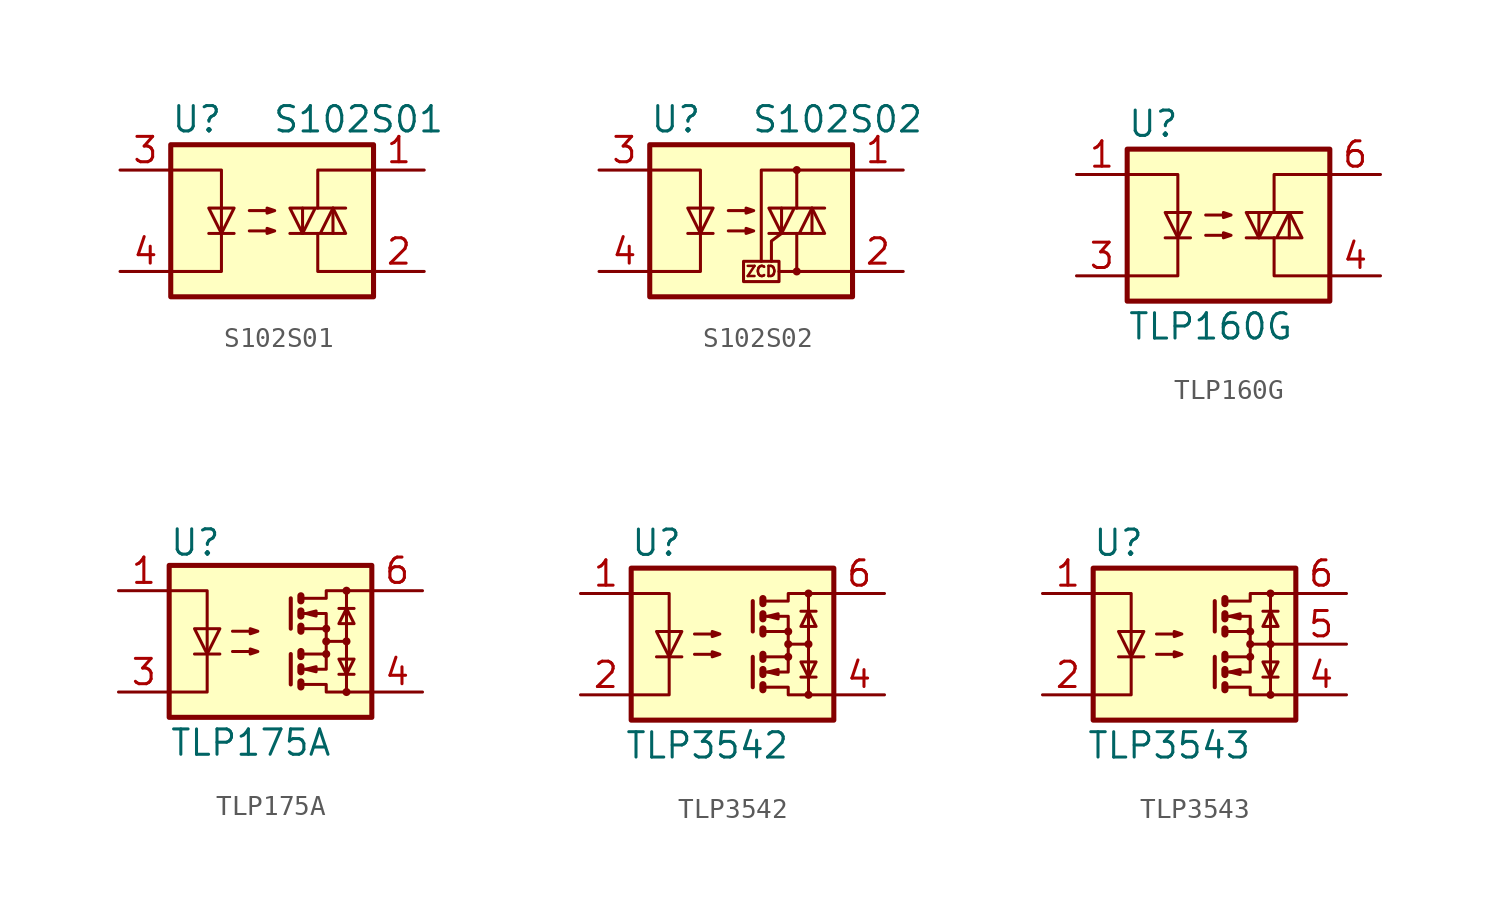
<source format=kicad_sym>
(kicad_symbol_lib
  (version 20201005)
  (generator kicad_symbol_editor)
  (symbol "Relay_SolidState:S102S01"
    (property "Reference" "U"
      (at -5.08 5.08 0)
      (effects (font (size 1.27 1.27)) (justify left)))
    (property "Value" "S102S01"
      (at 0 5.08 0)
      (effects (font (size 1.27 1.27)) (justify left)))
    (symbol "S102S01_0_1"
      (rectangle (start -5.08 3.81) (end 5.08 -3.81) (stroke (width 0.254)) (fill (type background)))
      (polyline (pts (xy -3.175 -0.635) (xy -1.905 -0.635)) (stroke (width 0)) (fill (type none)))
      (polyline (pts (xy 1.524 -0.635) (xy 1.524 0.635)) (stroke (width 0)) (fill (type none)))
      (polyline (pts (xy 3.048 0.635) (xy 3.048 -0.635)) (stroke (width 0)) (fill (type none)))
      (polyline (pts (xy 2.286 -0.635) (xy 2.286 -2.54) (xy 5.08 -2.54)) (stroke (width 0)) (fill (type none)))
      (polyline (pts (xy 2.286 0.635) (xy 2.286 2.54) (xy 5.08 2.54)) (stroke (width 0)) (fill (type none)))
      (polyline (pts (xy -5.08 2.54) (xy -2.54 2.54) (xy -2.54 -2.54) (xy -5.08 -2.54)) (stroke (width 0)) (fill (type none)))
      (polyline (pts (xy -2.54 -0.635) (xy -3.175 0.635) (xy -1.905 0.635) (xy -2.54 -0.635)) (stroke (width 0)) (fill (type none)))
      (polyline (pts (xy 0.889 -0.635) (xy 3.683 -0.635) (xy 3.048 0.635) (xy 2.413 -0.635)) (stroke (width 0)) (fill (type none)))
      (polyline (pts (xy 3.683 0.635) (xy 0.889 0.635) (xy 1.524 -0.635) (xy 2.159 0.635)) (stroke (width 0)) (fill (type none)))
      (polyline (pts (xy -1.143 -0.508) (xy 0.127 -0.508) (xy -0.254 -0.635) (xy -0.254 -0.381) (xy 0.127 -0.508)) (stroke (width 0)) (fill (type none)))
      (polyline (pts (xy -1.143 0.508) (xy 0.127 0.508) (xy -0.254 0.381) (xy -0.254 0.635) (xy 0.127 0.508)) (stroke (width 0)) (fill (type none))))
    (symbol "S102S01_1_1"
      (pin passive line (at 7.62 2.54 180) (length 2.54) (name "~" (effects (font (size 1.27 1.27)))) (number "1" (effects (font (size 1.27 1.27)))))
      (pin passive line (at 7.62 -2.54 180) (length 2.54) (name "~" (effects (font (size 1.27 1.27)))) (number "2" (effects (font (size 1.27 1.27)))))
      (pin passive line (at -7.62 2.54 0) (length 2.54) (name "~" (effects (font (size 1.27 1.27)))) (number "3" (effects (font (size 1.27 1.27)))))
      (pin passive line (at -7.62 -2.54 0) (length 2.54) (name "~" (effects (font (size 1.27 1.27)))) (number "4" (effects (font (size 1.27 1.27)))))))
  (symbol "Relay_SolidState:S102S02"
    (property "Reference" "U"
      (at -5.08 5.08 0)
      (effects (font (size 1.27 1.27)) (justify left)))
    (property "Value" "S102S02"
      (at 0 5.08 0)
      (effects (font (size 1.27 1.27)) (justify left)))
    (symbol "S102S02_0_0"
      (text "ZCD" (at 0.508 -2.54 0) (effects (font (size 0.508 0.508))))
      (rectangle (start -0.381 -2.032) (end 1.397 -3.048) (stroke (width 0)) (fill (type none)))
      (polyline (pts (xy 2.286 -2.54) (xy 1.397 -2.54)) (stroke (width 0)) (fill (type none)))
      (polyline (pts (xy 1.524 -0.635) (xy 1.016 -1.016) (xy 1.016 -2.032)) (stroke (width 0)) (fill (type none))))
    (symbol "S102S02_0_1"
      (circle (center 2.286 -2.54) (radius 0.127) (stroke (width 0)) (fill (type none)))
      (circle (center 2.286 2.54) (radius 0.127) (stroke (width 0)) (fill (type none)))
      (rectangle (start -5.08 3.81) (end 5.08 -3.81) (stroke (width 0.254)) (fill (type background)))
      (polyline (pts (xy -3.175 -0.635) (xy -1.905 -0.635)) (stroke (width 0)) (fill (type none)))
      (polyline (pts (xy 1.524 -0.635) (xy 1.524 0.635)) (stroke (width 0)) (fill (type none)))
      (polyline (pts (xy 3.048 0.635) (xy 3.048 -0.635)) (stroke (width 0)) (fill (type none)))
      (polyline (pts (xy 2.286 -0.635) (xy 2.286 -2.54) (xy 5.08 -2.54)) (stroke (width 0)) (fill (type none)))
      (polyline (pts (xy 2.286 0.635) (xy 2.286 2.54) (xy 5.08 2.54)) (stroke (width 0)) (fill (type none)))
      (polyline (pts (xy 2.286 2.54) (xy 0.508 2.54) (xy 0.508 -2.032)) (stroke (width 0)) (fill (type none)))
      (polyline (pts (xy -5.08 2.54) (xy -2.54 2.54) (xy -2.54 -2.54) (xy -5.08 -2.54)) (stroke (width 0)) (fill (type none)))
      (polyline (pts (xy -2.54 -0.635) (xy -3.175 0.635) (xy -1.905 0.635) (xy -2.54 -0.635)) (stroke (width 0)) (fill (type none)))
      (polyline (pts (xy 0.889 -0.635) (xy 3.683 -0.635) (xy 3.048 0.635) (xy 2.413 -0.635)) (stroke (width 0)) (fill (type none)))
      (polyline (pts (xy 3.683 0.635) (xy 0.889 0.635) (xy 1.524 -0.635) (xy 2.159 0.635)) (stroke (width 0)) (fill (type none)))
      (polyline (pts (xy -1.143 -0.508) (xy 0.127 -0.508) (xy -0.254 -0.635) (xy -0.254 -0.381) (xy 0.127 -0.508)) (stroke (width 0)) (fill (type none)))
      (polyline (pts (xy -1.143 0.508) (xy 0.127 0.508) (xy -0.254 0.381) (xy -0.254 0.635) (xy 0.127 0.508)) (stroke (width 0)) (fill (type none))))
    (symbol "S102S02_1_1"
      (pin passive line (at 7.62 2.54 180) (length 2.54) (name "~" (effects (font (size 1.27 1.27)))) (number "1" (effects (font (size 1.27 1.27)))))
      (pin passive line (at 7.62 -2.54 180) (length 2.54) (name "~" (effects (font (size 1.27 1.27)))) (number "2" (effects (font (size 1.27 1.27)))))
      (pin passive line (at -7.62 2.54 0) (length 2.54) (name "~" (effects (font (size 1.27 1.27)))) (number "3" (effects (font (size 1.27 1.27)))))
      (pin passive line (at -7.62 -2.54 0) (length 2.54) (name "~" (effects (font (size 1.27 1.27)))) (number "4" (effects (font (size 1.27 1.27)))))))
  (symbol "Relay_SolidState:TLP160G"
    (property "Reference" "U"
      (at -5.08 5.08 0)
      (effects (font (size 1.27 1.27)) (justify left)))
    (property "Value" "TLP160G"
      (at -5.08 -5.08 0)
      (effects (font (size 1.27 1.27)) (justify left)))
    (symbol "TLP160G_0_1"
      (rectangle (start -5.08 3.81) (end 5.08 -3.81) (stroke (width 0.254)) (fill (type background)))
      (polyline (pts (xy -3.175 -0.635) (xy -1.905 -0.635)) (stroke (width 0)) (fill (type none)))
      (polyline (pts (xy 1.524 -0.635) (xy 1.524 0.635)) (stroke (width 0)) (fill (type none)))
      (polyline (pts (xy 3.048 0.635) (xy 3.048 -0.635)) (stroke (width 0)) (fill (type none)))
      (polyline (pts (xy 2.286 -0.635) (xy 2.286 -2.54) (xy 5.08 -2.54)) (stroke (width 0)) (fill (type none)))
      (polyline (pts (xy 2.286 0.635) (xy 2.286 2.54) (xy 5.08 2.54)) (stroke (width 0)) (fill (type none)))
      (polyline (pts (xy -5.08 2.54) (xy -2.54 2.54) (xy -2.54 -2.54) (xy -5.08 -2.54)) (stroke (width 0)) (fill (type none)))
      (polyline (pts (xy -2.54 -0.635) (xy -3.175 0.635) (xy -1.905 0.635) (xy -2.54 -0.635)) (stroke (width 0)) (fill (type none)))
      (polyline (pts (xy 0.889 -0.635) (xy 3.683 -0.635) (xy 3.048 0.635) (xy 2.413 -0.635)) (stroke (width 0)) (fill (type none)))
      (polyline (pts (xy 3.683 0.635) (xy 0.889 0.635) (xy 1.524 -0.635) (xy 2.159 0.635)) (stroke (width 0)) (fill (type none)))
      (polyline (pts (xy -1.143 -0.508) (xy 0.127 -0.508) (xy -0.254 -0.635) (xy -0.254 -0.381) (xy 0.127 -0.508)) (stroke (width 0)) (fill (type none)))
      (polyline (pts (xy -1.143 0.508) (xy 0.127 0.508) (xy -0.254 0.381) (xy -0.254 0.635) (xy 0.127 0.508)) (stroke (width 0)) (fill (type none))))
    (symbol "TLP160G_1_1"
      (pin passive line (at -7.62 2.54 0) (length 2.54) (name "~" (effects (font (size 1.27 1.27)))) (number "1" (effects (font (size 1.27 1.27)))))
      (pin passive line (at -7.62 -2.54 0) (length 2.54) (name "~" (effects (font (size 1.27 1.27)))) (number "3" (effects (font (size 1.27 1.27)))))
      (pin passive line (at 7.62 -2.54 180) (length 2.54) (name "~" (effects (font (size 1.27 1.27)))) (number "4" (effects (font (size 1.27 1.27)))))
      (pin passive line (at 7.62 2.54 180) (length 2.54) (name "~" (effects (font (size 1.27 1.27)))) (number "6" (effects (font (size 1.27 1.27)))))))
  (symbol "Relay_SolidState:TLP175A"
    (property "Reference" "U"
      (at -5.08 4.953 0)
      (effects (font (size 1.27 1.27)) (justify left)))
    (property "Value" "TLP175A"
      (at -5.08 -5.08 0)
      (effects (font (size 1.27 1.27)) (justify left)))
    (symbol "TLP175A_0_1"
      (circle (center 2.794 -0.635) (radius 0.127) (stroke (width 0)) (fill (type none)))
      (circle (center 2.794 0) (radius 0.127) (stroke (width 0)) (fill (type none)))
      (circle (center 2.794 0.635) (radius 0.127) (stroke (width 0)) (fill (type none)))
      (circle (center 3.81 -2.54) (radius 0.127) (stroke (width 0)) (fill (type none)))
      (circle (center 3.81 0) (radius 0.127) (stroke (width 0)) (fill (type none)))
      (circle (center 3.81 2.54) (radius 0.127) (stroke (width 0)) (fill (type none)))
      (rectangle (start -5.08 3.81) (end 5.08 -3.81) (stroke (width 0.254)) (fill (type background)))
      (polyline (pts (xy -3.81 -0.635) (xy -2.54 -0.635)) (stroke (width 0)) (fill (type none)))
      (polyline (pts (xy 1.016 -0.635) (xy 1.016 -2.159)) (stroke (width 0.203)) (fill (type none)))
      (polyline (pts (xy 1.016 2.159) (xy 1.016 0.635)) (stroke (width 0.203)) (fill (type none)))
      (polyline (pts (xy 1.524 -0.508) (xy 1.524 -0.762)) (stroke (width 0.356)) (fill (type none)))
      (polyline (pts (xy 2.794 0) (xy 3.81 0)) (stroke (width 0)) (fill (type none)))
      (polyline (pts (xy 3.429 -1.651) (xy 4.191 -1.651)) (stroke (width 0)) (fill (type none)))
      (polyline (pts (xy 3.429 1.651) (xy 4.191 1.651)) (stroke (width 0)) (fill (type none)))
      (polyline (pts (xy 3.81 -2.54) (xy 3.81 2.54)) (stroke (width 0)) (fill (type none)))
      (polyline (pts (xy 1.524 -2.032) (xy 1.524 -2.286) (xy 1.524 -2.286)) (stroke (width 0.356)) (fill (type none)))
      (polyline (pts (xy 1.524 -1.27) (xy 1.524 -1.524) (xy 1.524 -1.524)) (stroke (width 0.356)) (fill (type none)))
      (polyline (pts (xy 1.524 0.762) (xy 1.524 0.508) (xy 1.524 0.508)) (stroke (width 0.356)) (fill (type none)))
      (polyline (pts (xy 1.524 1.524) (xy 1.524 1.27) (xy 1.524 1.27)) (stroke (width 0.356)) (fill (type none)))
      (polyline (pts (xy 1.524 2.286) (xy 1.524 2.032) (xy 1.524 2.032)) (stroke (width 0.356)) (fill (type none)))
      (polyline (pts (xy 1.651 -1.397) (xy 2.794 -1.397) (xy 2.794 -0.635)) (stroke (width 0)) (fill (type none)))
      (polyline (pts (xy 1.651 1.397) (xy 2.794 1.397) (xy 2.794 0.635)) (stroke (width 0)) (fill (type none)))
      (polyline (pts (xy -5.08 2.54) (xy -3.175 2.54) (xy -3.175 -2.54) (xy -5.08 -2.54)) (stroke (width 0)) (fill (type none)))
      (polyline (pts (xy -3.175 -0.635) (xy -3.81 0.635) (xy -2.54 0.635) (xy -3.175 -0.635)) (stroke (width 0)) (fill (type none)))
      (polyline (pts (xy 1.651 -2.159) (xy 2.794 -2.159) (xy 2.794 -2.54) (xy 5.08 -2.54)) (stroke (width 0)) (fill (type none)))
      (polyline (pts (xy 1.651 -0.635) (xy 2.794 -0.635) (xy 2.794 0.635) (xy 1.651 0.635)) (stroke (width 0)) (fill (type none)))
      (polyline (pts (xy 1.651 2.159) (xy 2.794 2.159) (xy 2.794 2.54) (xy 5.08 2.54)) (stroke (width 0)) (fill (type none)))
      (polyline (pts (xy 1.778 -1.397) (xy 2.286 -1.27) (xy 2.286 -1.524) (xy 1.778 -1.397)) (stroke (width 0)) (fill (type none)))
      (polyline (pts (xy 1.778 1.397) (xy 2.286 1.524) (xy 2.286 1.27) (xy 1.778 1.397)) (stroke (width 0)) (fill (type none)))
      (polyline (pts (xy 3.81 -1.651) (xy 3.429 -0.889) (xy 4.191 -0.889) (xy 3.81 -1.651)) (stroke (width 0)) (fill (type none)))
      (polyline (pts (xy 3.81 1.651) (xy 3.429 0.889) (xy 4.191 0.889) (xy 3.81 1.651)) (stroke (width 0)) (fill (type none)))
      (polyline (pts (xy -1.905 -0.508) (xy -0.635 -0.508) (xy -1.016 -0.635) (xy -1.016 -0.381) (xy -0.635 -0.508)) (stroke (width 0)) (fill (type none)))
      (polyline (pts (xy -1.905 0.508) (xy -0.635 0.508) (xy -1.016 0.381) (xy -1.016 0.635) (xy -0.635 0.508)) (stroke (width 0)) (fill (type none))))
    (symbol "TLP175A_1_1"
      (pin passive line (at -7.62 2.54 0) (length 2.54) (name "~" (effects (font (size 1.27 1.27)))) (number "1" (effects (font (size 1.27 1.27)))))
      (pin passive line (at -7.62 -2.54 0) (length 2.54) (name "~" (effects (font (size 1.27 1.27)))) (number "3" (effects (font (size 1.27 1.27)))))
      (pin passive line (at 7.62 -2.54 180) (length 2.54) (name "~" (effects (font (size 1.27 1.27)))) (number "4" (effects (font (size 1.27 1.27)))))
      (pin passive line (at 7.62 2.54 180) (length 2.54) (name "~" (effects (font (size 1.27 1.27)))) (number "6" (effects (font (size 1.27 1.27)))))))
  (symbol "Relay_SolidState:TLP3542"
    (property "Reference" "U"
      (at -3.81 5.08 0)
      (effects (font (size 1.27 1.27))))
    (property "Value" "TLP3542"
      (at -1.27 -5.08 0)
      (effects (font (size 1.27 1.27))))
    (symbol "TLP3542_0_1"
      (circle (center 2.794 -0.635) (radius 0.127) (stroke (width 0)) (fill (type none)))
      (circle (center 2.794 0) (radius 0.127) (stroke (width 0)) (fill (type none)))
      (circle (center 2.794 0.635) (radius 0.127) (stroke (width 0)) (fill (type none)))
      (circle (center 3.81 -2.54) (radius 0.127) (stroke (width 0)) (fill (type none)))
      (circle (center 3.81 0) (radius 0.127) (stroke (width 0)) (fill (type none)))
      (circle (center 3.81 2.54) (radius 0.127) (stroke (width 0)) (fill (type none)))
      (rectangle (start -5.08 3.81) (end 5.08 -3.81) (stroke (width 0.254)) (fill (type background)))
      (polyline (pts (xy -3.81 -0.635) (xy -2.54 -0.635)) (stroke (width 0)) (fill (type none)))
      (polyline (pts (xy 1.016 -0.635) (xy 1.016 -2.159)) (stroke (width 0.203)) (fill (type none)))
      (polyline (pts (xy 1.016 2.159) (xy 1.016 0.635)) (stroke (width 0.203)) (fill (type none)))
      (polyline (pts (xy 1.524 -0.508) (xy 1.524 -0.762)) (stroke (width 0.356)) (fill (type none)))
      (polyline (pts (xy 2.794 0) (xy 3.81 0)) (stroke (width 0)) (fill (type none)))
      (polyline (pts (xy 3.429 -1.651) (xy 4.191 -1.651)) (stroke (width 0)) (fill (type none)))
      (polyline (pts (xy 3.429 1.651) (xy 4.191 1.651)) (stroke (width 0)) (fill (type none)))
      (polyline (pts (xy 3.81 -2.54) (xy 3.81 2.54)) (stroke (width 0)) (fill (type none)))
      (polyline (pts (xy 1.524 -2.032) (xy 1.524 -2.286) (xy 1.524 -2.286)) (stroke (width 0.356)) (fill (type none)))
      (polyline (pts (xy 1.524 -1.27) (xy 1.524 -1.524) (xy 1.524 -1.524)) (stroke (width 0.356)) (fill (type none)))
      (polyline (pts (xy 1.524 0.762) (xy 1.524 0.508) (xy 1.524 0.508)) (stroke (width 0.356)) (fill (type none)))
      (polyline (pts (xy 1.524 1.524) (xy 1.524 1.27) (xy 1.524 1.27)) (stroke (width 0.356)) (fill (type none)))
      (polyline (pts (xy 1.524 2.286) (xy 1.524 2.032) (xy 1.524 2.032)) (stroke (width 0.356)) (fill (type none)))
      (polyline (pts (xy 1.651 -1.397) (xy 2.794 -1.397) (xy 2.794 -0.635)) (stroke (width 0)) (fill (type none)))
      (polyline (pts (xy 1.651 1.397) (xy 2.794 1.397) (xy 2.794 0.635)) (stroke (width 0)) (fill (type none)))
      (polyline (pts (xy -5.08 2.54) (xy -3.175 2.54) (xy -3.175 -2.54) (xy -5.08 -2.54)) (stroke (width 0)) (fill (type none)))
      (polyline (pts (xy -3.175 -0.635) (xy -3.81 0.635) (xy -2.54 0.635) (xy -3.175 -0.635)) (stroke (width 0)) (fill (type none)))
      (polyline (pts (xy 1.651 -2.159) (xy 2.794 -2.159) (xy 2.794 -2.54) (xy 5.08 -2.54)) (stroke (width 0)) (fill (type none)))
      (polyline (pts (xy 1.651 -0.635) (xy 2.794 -0.635) (xy 2.794 0.635) (xy 1.651 0.635)) (stroke (width 0)) (fill (type none)))
      (polyline (pts (xy 1.651 2.159) (xy 2.794 2.159) (xy 2.794 2.54) (xy 5.08 2.54)) (stroke (width 0)) (fill (type none)))
      (polyline (pts (xy 1.778 -1.397) (xy 2.286 -1.27) (xy 2.286 -1.524) (xy 1.778 -1.397)) (stroke (width 0)) (fill (type none)))
      (polyline (pts (xy 1.778 1.397) (xy 2.286 1.524) (xy 2.286 1.27) (xy 1.778 1.397)) (stroke (width 0)) (fill (type none)))
      (polyline (pts (xy 3.81 -1.651) (xy 3.429 -0.889) (xy 4.191 -0.889) (xy 3.81 -1.651)) (stroke (width 0)) (fill (type none)))
      (polyline (pts (xy 3.81 1.651) (xy 3.429 0.889) (xy 4.191 0.889) (xy 3.81 1.651)) (stroke (width 0)) (fill (type none)))
      (polyline (pts (xy -1.905 -0.508) (xy -0.635 -0.508) (xy -1.016 -0.635) (xy -1.016 -0.381) (xy -0.635 -0.508)) (stroke (width 0)) (fill (type none)))
      (polyline (pts (xy -1.905 0.508) (xy -0.635 0.508) (xy -1.016 0.381) (xy -1.016 0.635) (xy -0.635 0.508)) (stroke (width 0)) (fill (type none))))
    (symbol "TLP3542_1_1"
      (pin passive line (at -7.62 2.54 0) (length 2.54) (name "~" (effects (font (size 1.27 1.27)))) (number "1" (effects (font (size 1.27 1.27)))))
      (pin passive line (at -7.62 -2.54 0) (length 2.54) (name "~" (effects (font (size 1.27 1.27)))) (number "2" (effects (font (size 1.27 1.27)))))
      (pin no_connect line (at -5.08 0 0) (length 2.54) hide (name "~" (effects (font (size 1.27 1.27)))) (number "3" (effects (font (size 1.27 1.27)))))
      (pin passive line (at 7.62 -2.54 180) (length 2.54) (name "~" (effects (font (size 1.27 1.27)))) (number "4" (effects (font (size 1.27 1.27)))))
      (pin passive line (at 7.62 2.54 180) (length 2.54) (name "~" (effects (font (size 1.27 1.27)))) (number "6" (effects (font (size 1.27 1.27)))))))
  (symbol "Relay_SolidState:TLP3543"
    (property "Reference" "U"
      (at -3.81 5.08 0)
      (effects (font (size 1.27 1.27))))
    (property "Value" "TLP3543"
      (at -1.27 -5.08 0)
      (effects (font (size 1.27 1.27))))
    (symbol "TLP3543_0_1"
      (circle (center 2.794 -0.635) (radius 0.127) (stroke (width 0)) (fill (type none)))
      (circle (center 2.794 0) (radius 0.127) (stroke (width 0)) (fill (type none)))
      (circle (center 2.794 0.635) (radius 0.127) (stroke (width 0)) (fill (type none)))
      (circle (center 3.81 -2.54) (radius 0.127) (stroke (width 0)) (fill (type none)))
      (circle (center 3.81 0) (radius 0.127) (stroke (width 0)) (fill (type none)))
      (circle (center 3.81 2.54) (radius 0.127) (stroke (width 0)) (fill (type none)))
      (rectangle (start -5.08 3.81) (end 5.08 -3.81) (stroke (width 0.254)) (fill (type background)))
      (polyline (pts (xy -3.81 -0.635) (xy -2.54 -0.635)) (stroke (width 0)) (fill (type none)))
      (polyline (pts (xy 1.016 -0.635) (xy 1.016 -2.159)) (stroke (width 0.203)) (fill (type none)))
      (polyline (pts (xy 1.016 2.159) (xy 1.016 0.635)) (stroke (width 0.203)) (fill (type none)))
      (polyline (pts (xy 1.524 -0.508) (xy 1.524 -0.762)) (stroke (width 0.356)) (fill (type none)))
      (polyline (pts (xy 2.794 0) (xy 5.08 0)) (stroke (width 0)) (fill (type none)))
      (polyline (pts (xy 3.429 -1.651) (xy 4.191 -1.651)) (stroke (width 0)) (fill (type none)))
      (polyline (pts (xy 3.429 1.651) (xy 4.191 1.651)) (stroke (width 0)) (fill (type none)))
      (polyline (pts (xy 3.81 -2.54) (xy 3.81 2.54)) (stroke (width 0)) (fill (type none)))
      (polyline (pts (xy 1.524 -2.032) (xy 1.524 -2.286) (xy 1.524 -2.286)) (stroke (width 0.356)) (fill (type none)))
      (polyline (pts (xy 1.524 -1.27) (xy 1.524 -1.524) (xy 1.524 -1.524)) (stroke (width 0.356)) (fill (type none)))
      (polyline (pts (xy 1.524 0.762) (xy 1.524 0.508) (xy 1.524 0.508)) (stroke (width 0.356)) (fill (type none)))
      (polyline (pts (xy 1.524 1.524) (xy 1.524 1.27) (xy 1.524 1.27)) (stroke (width 0.356)) (fill (type none)))
      (polyline (pts (xy 1.524 2.286) (xy 1.524 2.032) (xy 1.524 2.032)) (stroke (width 0.356)) (fill (type none)))
      (polyline (pts (xy 1.651 -1.397) (xy 2.794 -1.397) (xy 2.794 -0.635)) (stroke (width 0)) (fill (type none)))
      (polyline (pts (xy 1.651 1.397) (xy 2.794 1.397) (xy 2.794 0.635)) (stroke (width 0)) (fill (type none)))
      (polyline (pts (xy -5.08 2.54) (xy -3.175 2.54) (xy -3.175 -2.54) (xy -5.08 -2.54)) (stroke (width 0)) (fill (type none)))
      (polyline (pts (xy -3.175 -0.635) (xy -3.81 0.635) (xy -2.54 0.635) (xy -3.175 -0.635)) (stroke (width 0)) (fill (type none)))
      (polyline (pts (xy 1.651 -2.159) (xy 2.794 -2.159) (xy 2.794 -2.54) (xy 5.08 -2.54)) (stroke (width 0)) (fill (type none)))
      (polyline (pts (xy 1.651 -0.635) (xy 2.794 -0.635) (xy 2.794 0.635) (xy 1.651 0.635)) (stroke (width 0)) (fill (type none)))
      (polyline (pts (xy 1.651 2.159) (xy 2.794 2.159) (xy 2.794 2.54) (xy 5.08 2.54)) (stroke (width 0)) (fill (type none)))
      (polyline (pts (xy 1.778 -1.397) (xy 2.286 -1.27) (xy 2.286 -1.524) (xy 1.778 -1.397)) (stroke (width 0)) (fill (type none)))
      (polyline (pts (xy 1.778 1.397) (xy 2.286 1.524) (xy 2.286 1.27) (xy 1.778 1.397)) (stroke (width 0)) (fill (type none)))
      (polyline (pts (xy 3.81 -1.651) (xy 3.429 -0.889) (xy 4.191 -0.889) (xy 3.81 -1.651)) (stroke (width 0)) (fill (type none)))
      (polyline (pts (xy 3.81 1.651) (xy 3.429 0.889) (xy 4.191 0.889) (xy 3.81 1.651)) (stroke (width 0)) (fill (type none)))
      (polyline (pts (xy -1.905 -0.508) (xy -0.635 -0.508) (xy -1.016 -0.635) (xy -1.016 -0.381) (xy -0.635 -0.508)) (stroke (width 0)) (fill (type none)))
      (polyline (pts (xy -1.905 0.508) (xy -0.635 0.508) (xy -1.016 0.381) (xy -1.016 0.635) (xy -0.635 0.508)) (stroke (width 0)) (fill (type none))))
    (symbol "TLP3543_1_1"
      (pin passive line (at -7.62 2.54 0) (length 2.54) (name "~" (effects (font (size 1.27 1.27)))) (number "1" (effects (font (size 1.27 1.27)))))
      (pin passive line (at -7.62 -2.54 0) (length 2.54) (name "~" (effects (font (size 1.27 1.27)))) (number "2" (effects (font (size 1.27 1.27)))))
      (pin no_connect line (at -5.08 0 0) (length 2.54) hide (name "~" (effects (font (size 1.27 1.27)))) (number "3" (effects (font (size 1.27 1.27)))))
      (pin passive line (at 7.62 -2.54 180) (length 2.54) (name "~" (effects (font (size 1.27 1.27)))) (number "4" (effects (font (size 1.27 1.27)))))
      (pin passive line (at 7.62 0 180) (length 2.54) (name "~" (effects (font (size 1.27 1.27)))) (number "5" (effects (font (size 1.27 1.27)))))
      (pin passive line (at 7.62 2.54 180) (length 2.54) (name "~" (effects (font (size 1.27 1.27)))) (number "6" (effects (font (size 1.27 1.27))))))))
</source>
